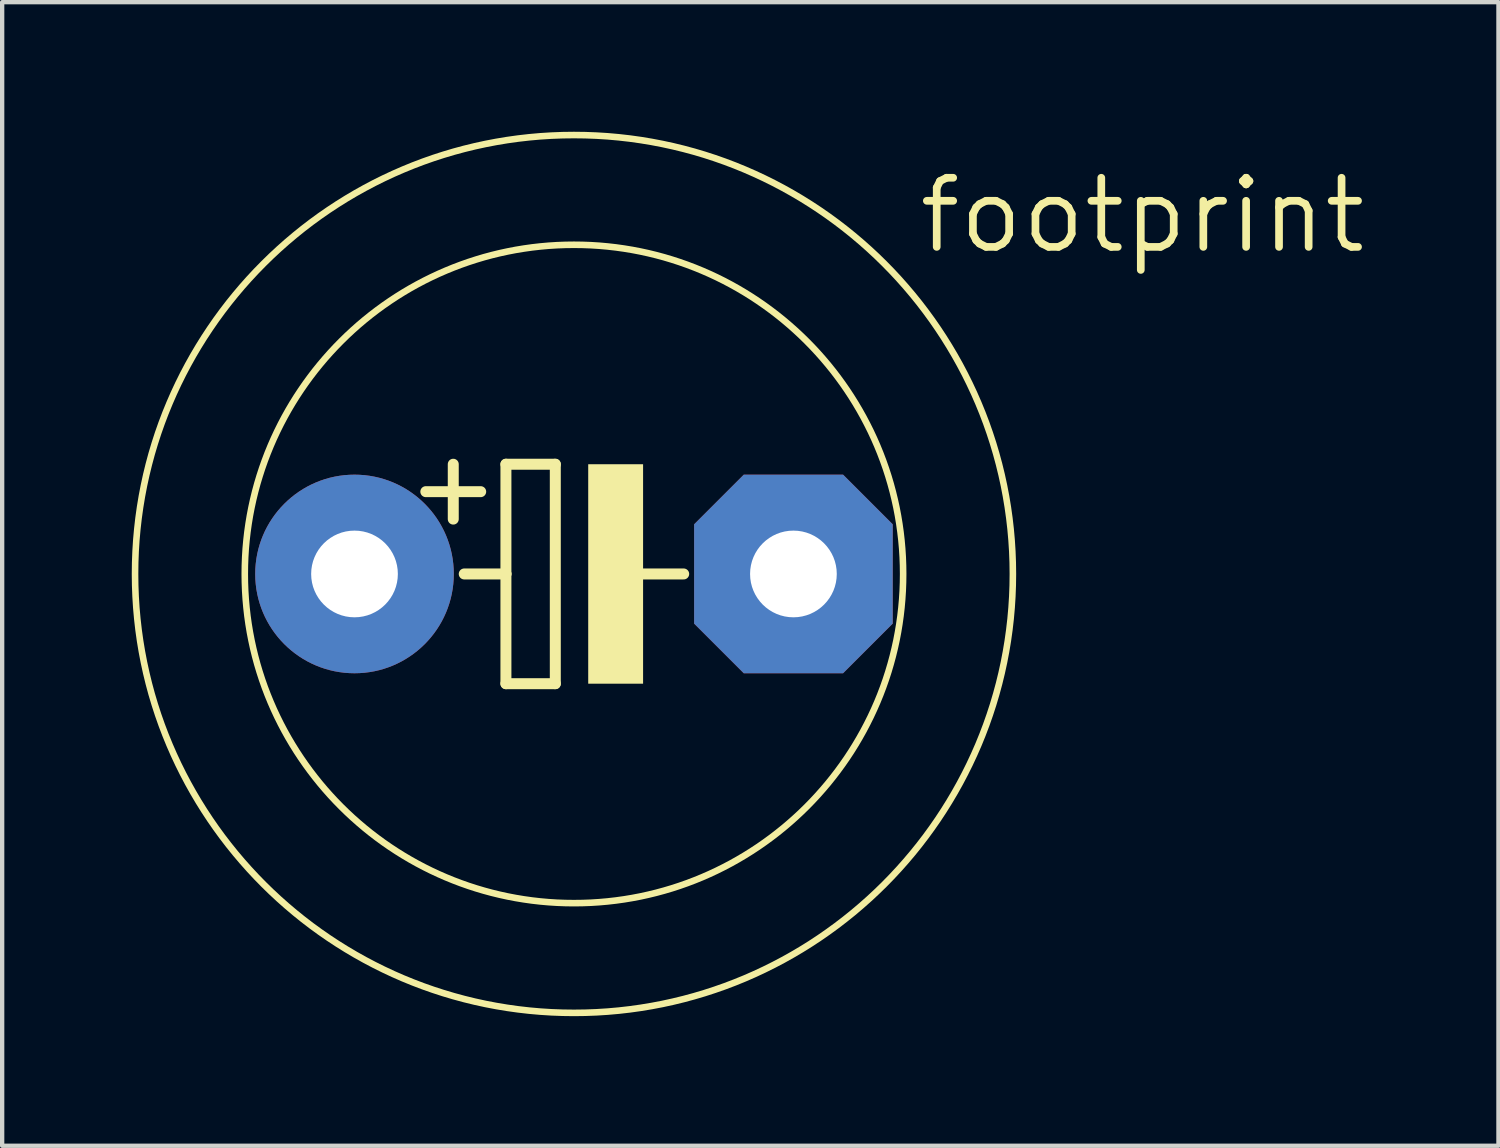
<source format=kicad_pcb>
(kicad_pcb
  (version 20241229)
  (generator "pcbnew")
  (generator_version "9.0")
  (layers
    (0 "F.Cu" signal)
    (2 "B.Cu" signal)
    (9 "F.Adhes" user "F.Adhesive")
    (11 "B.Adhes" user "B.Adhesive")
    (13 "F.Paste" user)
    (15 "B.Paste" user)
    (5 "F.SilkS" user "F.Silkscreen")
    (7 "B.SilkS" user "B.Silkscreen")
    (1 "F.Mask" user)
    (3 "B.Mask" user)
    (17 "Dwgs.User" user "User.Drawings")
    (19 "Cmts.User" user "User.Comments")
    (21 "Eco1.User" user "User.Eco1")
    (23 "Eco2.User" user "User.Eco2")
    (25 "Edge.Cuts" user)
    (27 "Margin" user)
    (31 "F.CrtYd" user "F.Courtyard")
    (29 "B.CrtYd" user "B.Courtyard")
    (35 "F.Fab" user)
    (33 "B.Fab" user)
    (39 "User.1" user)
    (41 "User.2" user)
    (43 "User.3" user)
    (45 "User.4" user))
  (footprint "footprint"
    (layer "F.Cu")
    (at 10.236 10.236)
    (property "Reference" "footprint" (at 7.899 -7.366 0) (layer "F.SilkS") (effects (font (size 1.6 1.6) (thickness 0.178)) (justify left bottom)))
    (fp_line (start -2.794 -2.54) (end -2.794 -1.27) (stroke (width 0.254) (type solid)) (layer "F.SilkS"))
    (fp_line (start -2.54 0) (end -1.575 0) (stroke (width 0.254) (type solid)) (layer "F.SilkS"))
    (fp_line (start -2.159 -1.905) (end -3.429 -1.905) (stroke (width 0.254) (type solid)) (layer "F.SilkS"))
    (fp_line (start -1.575 -2.54) (end -0.432 -2.54) (stroke (width 0.254) (type solid)) (layer "F.SilkS"))
    (fp_line (start -1.575 0) (end -1.575 -2.54) (stroke (width 0.254) (type solid)) (layer "F.SilkS"))
    (fp_line (start -1.575 2.54) (end -1.575 0) (stroke (width 0.254) (type solid)) (layer "F.SilkS"))
    (fp_line (start -0.432 -2.54) (end -0.432 2.54) (stroke (width 0.254) (type solid)) (layer "F.SilkS"))
    (fp_line (start -0.432 2.54) (end -1.575 2.54) (stroke (width 0.254) (type solid)) (layer "F.SilkS"))
    (fp_line (start 0.635 0) (end 2.54 0) (stroke (width 0.254) (type solid)) (layer "F.SilkS"))
    (fp_circle (center 0 0) (end 7.62 0) (stroke (width 0.152) (type solid)) (fill no) (layer "F.SilkS"))
    (fp_circle (center 0 0) (end 10.16 0) (stroke (width 0.152) (type solid)) (fill no) (layer "F.SilkS"))
    (fp_poly (pts (xy 0.33 2.54) (xy 1.6 2.54) (xy 1.6 -2.54) (xy 0.33 -2.54)) (stroke (width 0) (type solid)) (fill yes) (layer "F.SilkS"))
    (pad "+" thru_hole circle (at -5.08 0) (size 4.597 4.597) (drill 2.007) (layers "*.Cu" "*.Mask"))
    (pad "-" thru_hole roundrect (at 5.08 0) (size 4.597 4.597) (drill 2.007) (layers "*.Cu" "*.Mask") (roundrect_rratio 0.25) (chamfer_ratio 0.25) (chamfer top_left top_right bottom_left bottom_right)))
  (gr_rect
    (start -3 -3)
    (end 31.636 23.472)
    (stroke (width 0.1) (type default))
    (fill no)
    (layer "Edge.Cuts")))
</source>
